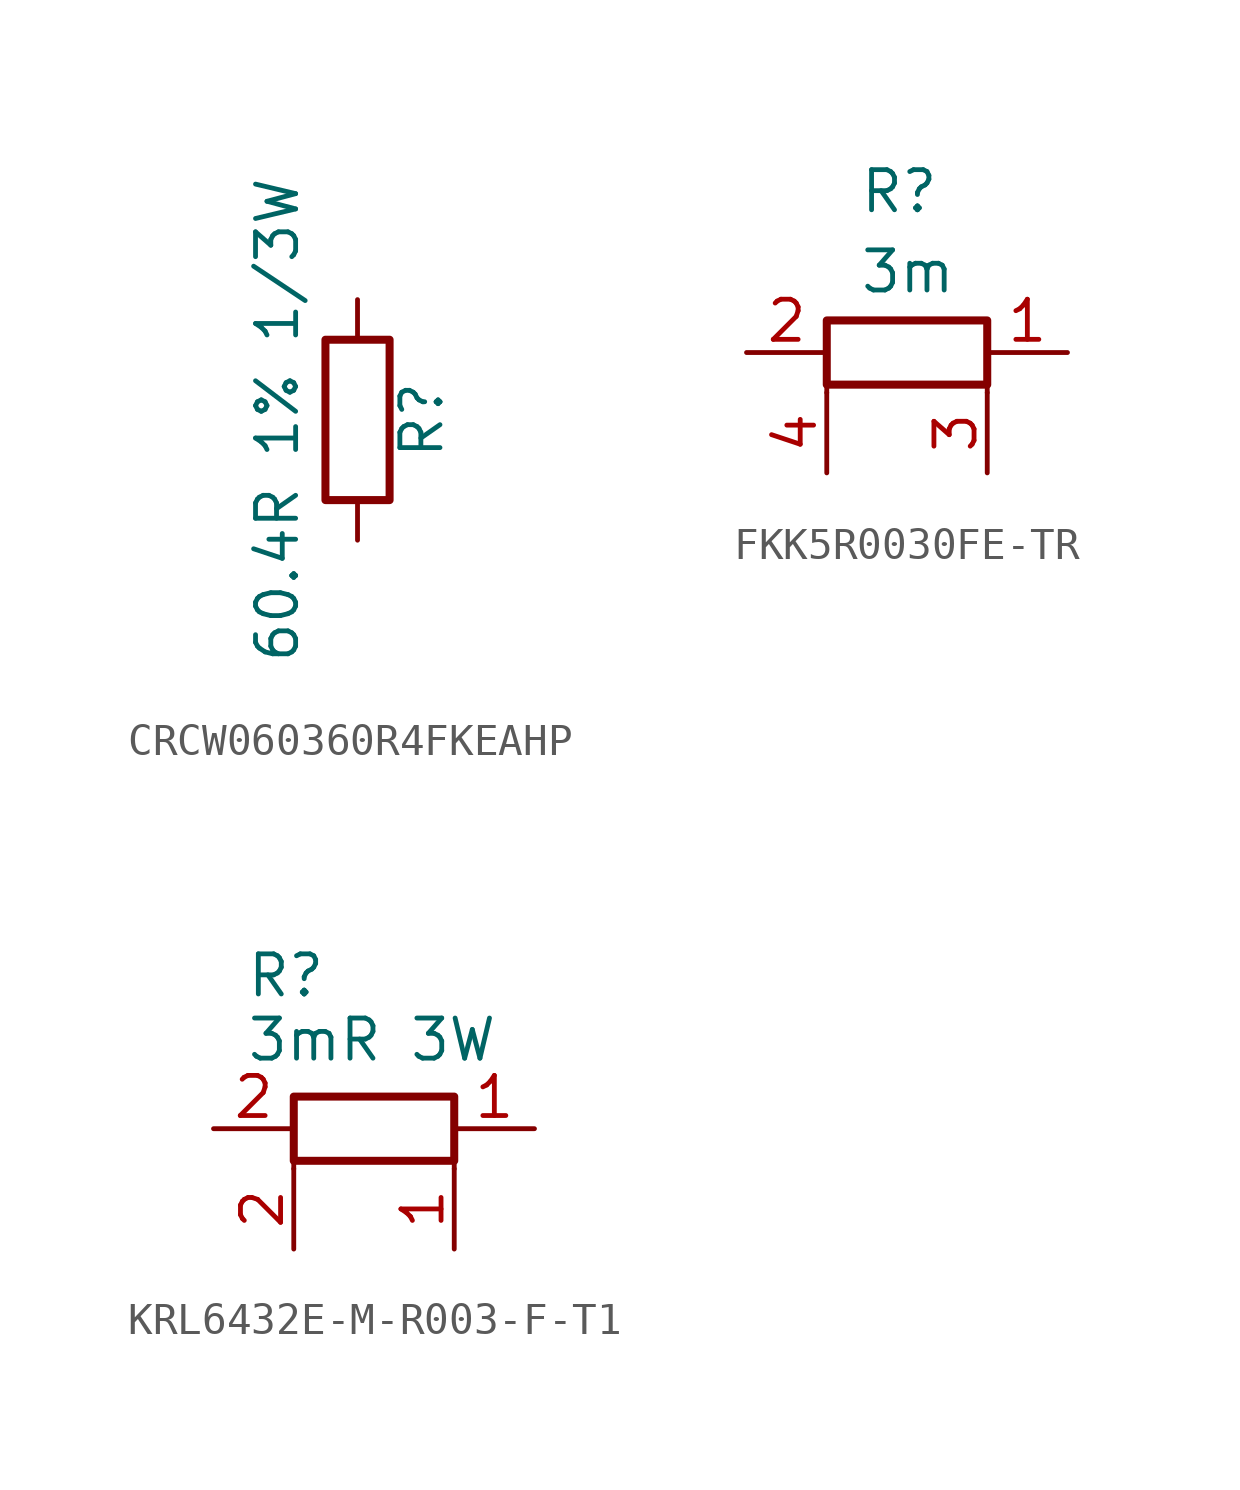
<source format=kicad_sym>
(kicad_symbol_lib
  (version 20241209)
  (generator "kicad_symbol_editor")
  (generator_version "9.0")
  (symbol "CRCW060360R4FKEAHP"
    (pin_numbers
      (hide yes))
    (pin_names
      (offset 0))
    (property "Reference" "R"
      (at 2.032 0 90)
      (effects (font (size 1.27 1.27))))
    (property "Value" "60.4R 1% 1/3W"
      (at -2.54 0 90)
      (effects (font (size 1.27 1.27))))
    (symbol "CRCW060360R4FKEAHP_0_1"
      (rectangle (start -1.016 2.54) (end 1.016 -2.54) (stroke (width 0.254) (type default)) (fill (type none))))
    (symbol "CRCW060360R4FKEAHP_1_1"
      (pin passive line (at 0 3.81 270) (length 1.27) (name "~" (effects (font (size 1.27 1.27)))) (number "1" (effects (font (size 1.27 1.27)))))
      (pin passive line (at 0 -3.81 90) (length 1.27) (name "~" (effects (font (size 1.27 1.27)))) (number "2" (effects (font (size 1.27 1.27)))))))
  (symbol "FKK5R0030FE-TR"
    (pin_names
      (hide yes))
    (property "Reference" "R"
      (at 3.556 5.842 0)
      (effects (font (size 1.27 1.27)) (justify left top)))
    (property "Value" "3m"
      (at 3.556 3.302 0)
      (effects (font (size 1.27 1.27)) (justify left top)))
    (symbol "FKK5R0030FE-TR_0_1"
      (rectangle (start 2.54 1.016) (end 7.62 -1.016) (stroke (width 0.254) (type default)) (fill (type none)))
      (polyline (pts (xy 2.54 0) (xy 2.54 -1.27)) (stroke (width 0) (type default)) (fill (type none)))
      (polyline (pts (xy 7.62 -1.27) (xy 7.62 0)) (stroke (width 0) (type default)) (fill (type none))))
    (symbol "FKK5R0030FE-TR_1_1"
      (pin passive line (at 0 0 0) (length 2.54) (name "2" (effects (font (size 1.27 1.27)))) (number "2" (effects (font (size 1.27 1.27)))))
      (pin passive line (at 2.54 -3.81 90) (length 2.54) (name "4" (effects (font (size 1.27 1.27)))) (number "4" (effects (font (size 1.27 1.27)))))
      (pin passive line (at 7.62 -3.81 90) (length 2.54) (name "3" (effects (font (size 1.27 1.27)))) (number "3" (effects (font (size 1.27 1.27)))))
      (pin passive line (at 10.16 0 180) (length 2.54) (name "1" (effects (font (size 1.27 1.27)))) (number "1" (effects (font (size 1.27 1.27)))))))
  (symbol "KRL6432E-M-R003-F-T1"
    (pin_names
      (hide yes))
    (property "Reference" "R"
      (at 1.016 5.588 0)
      (effects (font (size 1.27 1.27)) (justify left top)))
    (property "Value" "3mR 3W"
      (at 1.016 3.556 0)
      (effects (font (size 1.27 1.27)) (justify left top)))
    (symbol "KRL6432E-M-R003-F-T1_0_1"
      (rectangle (start 2.54 1.016) (end 7.62 -1.016) (stroke (width 0.254) (type default)) (fill (type none)))
      (polyline (pts (xy 2.54 0) (xy 2.54 -1.27)) (stroke (width 0) (type default)) (fill (type none)))
      (polyline (pts (xy 7.62 -1.27) (xy 7.62 0)) (stroke (width 0) (type default)) (fill (type none))))
    (symbol "KRL6432E-M-R003-F-T1_1_1"
      (pin passive line (at 0 0 0) (length 2.54) (name "2" (effects (font (size 1.27 1.27)))) (number "2" (effects (font (size 1.27 1.27)))))
      (pin passive line (at 2.54 -3.81 90) (length 2.54) (name "2" (effects (font (size 1.27 1.27)))) (number "2" (effects (font (size 1.27 1.27)))))
      (pin passive line (at 7.62 -3.81 90) (length 2.54) (name "1" (effects (font (size 1.27 1.27)))) (number "1" (effects (font (size 1.27 1.27)))))
      (pin passive line (at 10.16 0 180) (length 2.54) (name "1" (effects (font (size 1.27 1.27)))) (number "1" (effects (font (size 1.27 1.27))))))))
</source>
